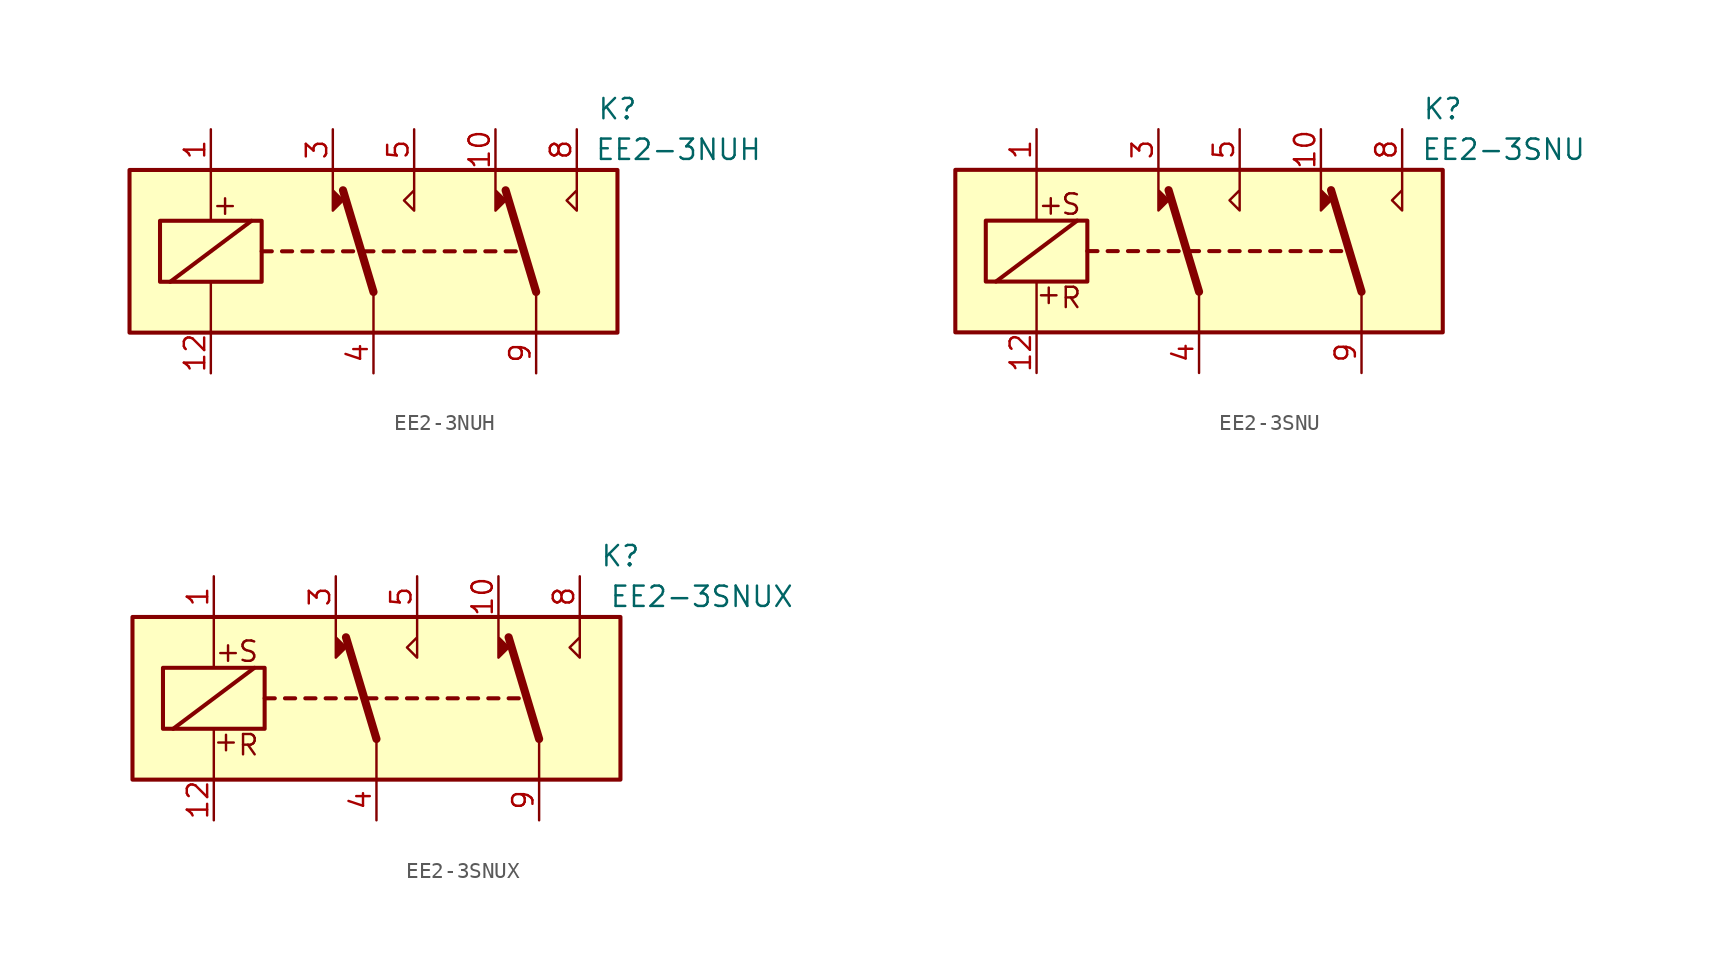
<source format=kicad_sym>
(kicad_symbol_lib
  (version 20211014)
  (generator kicad_symbol_editor)
  (symbol "EE2-3NUH"
    (property "Reference" "K"
      (at 15.24 8.89 0)
      (effects (font (size 1.27 1.27))))
    (property "Value" "EE2-3NUH"
      (at 19.05 6.35 0)
      (effects (font (size 1.27 1.27))))
    (symbol "EE2-3NUH_1_1"
      (rectangle (start -15.24 5.08) (end 15.24 -5.08) (stroke (width 0.254) (type default) (color 0 0 0 0)) (fill (type background)))
      (rectangle (start -13.335 1.905) (end -6.985 -1.905) (stroke (width 0.254) (type default) (color 0 0 0 0)) (fill (type none)))
      (polyline (pts (xy -12.7 -1.905) (xy -7.62 1.905)) (stroke (width 0.254) (type default) (color 0 0 0 0)) (fill (type none)))
      (polyline (pts (xy -10.16 -5.08) (xy -10.16 -1.905)) (stroke (width 0) (type default) (color 0 0 0 0)) (fill (type none)))
      (polyline (pts (xy -10.16 5.08) (xy -10.16 1.905)) (stroke (width 0) (type default) (color 0 0 0 0)) (fill (type none)))
      (polyline (pts (xy -6.985 0) (xy -6.35 0)) (stroke (width 0.254) (type default) (color 0 0 0 0)) (fill (type none)))
      (polyline (pts (xy -5.715 0) (xy -5.08 0)) (stroke (width 0.254) (type default) (color 0 0 0 0)) (fill (type none)))
      (polyline (pts (xy -4.445 0) (xy -3.81 0)) (stroke (width 0.254) (type default) (color 0 0 0 0)) (fill (type none)))
      (polyline (pts (xy -3.175 0) (xy -2.54 0)) (stroke (width 0.254) (type default) (color 0 0 0 0)) (fill (type none)))
      (polyline (pts (xy -1.905 0) (xy -1.27 0)) (stroke (width 0.254) (type default) (color 0 0 0 0)) (fill (type none)))
      (polyline (pts (xy -0.635 0) (xy 0 0)) (stroke (width 0.254) (type default) (color 0 0 0 0)) (fill (type none)))
      (polyline (pts (xy 0 -2.54) (xy -1.905 3.81)) (stroke (width 0.508) (type default) (color 0 0 0 0)) (fill (type none)))
      (polyline (pts (xy 0 -2.54) (xy 0 -5.08)) (stroke (width 0) (type default) (color 0 0 0 0)) (fill (type none)))
      (polyline (pts (xy 0.635 0) (xy 1.27 0)) (stroke (width 0.254) (type default) (color 0 0 0 0)) (fill (type none)))
      (polyline (pts (xy 1.905 0) (xy 2.54 0)) (stroke (width 0.254) (type default) (color 0 0 0 0)) (fill (type none)))
      (polyline (pts (xy 3.175 0) (xy 3.81 0)) (stroke (width 0.254) (type default) (color 0 0 0 0)) (fill (type none)))
      (polyline (pts (xy 4.445 0) (xy 5.08 0)) (stroke (width 0.254) (type default) (color 0 0 0 0)) (fill (type none)))
      (polyline (pts (xy 5.715 0) (xy 6.35 0)) (stroke (width 0.254) (type default) (color 0 0 0 0)) (fill (type none)))
      (polyline (pts (xy 6.985 0) (xy 7.62 0)) (stroke (width 0.254) (type default) (color 0 0 0 0)) (fill (type none)))
      (polyline (pts (xy 8.255 0) (xy 8.89 0)) (stroke (width 0.254) (type default) (color 0 0 0 0)) (fill (type none)))
      (polyline (pts (xy 10.16 -2.54) (xy 8.255 3.81)) (stroke (width 0.508) (type default) (color 0 0 0 0)) (fill (type none)))
      (polyline (pts (xy 10.16 -2.54) (xy 10.16 -5.08)) (stroke (width 0) (type default) (color 0 0 0 0)) (fill (type none)))
      (polyline (pts (xy -2.54 5.08) (xy -2.54 2.54) (xy -1.905 3.175) (xy -2.54 3.81)) (stroke (width 0) (type default) (color 0 0 0 0)) (fill (type outline)))
      (polyline (pts (xy 2.54 5.08) (xy 2.54 2.54) (xy 1.905 3.175) (xy 2.54 3.81)) (stroke (width 0) (type default) (color 0 0 0 0)) (fill (type none)))
      (polyline (pts (xy 7.62 5.08) (xy 7.62 2.54) (xy 8.255 3.175) (xy 7.62 3.81)) (stroke (width 0) (type default) (color 0 0 0 0)) (fill (type outline)))
      (polyline (pts (xy 12.7 5.08) (xy 12.7 2.54) (xy 12.065 3.175) (xy 12.7 3.81)) (stroke (width 0) (type default) (color 0 0 0 0)) (fill (type none)))
      (text "+" (at -9.271 2.921 0) (effects (font (size 1.27 1.27))))
      (pin passive line (at -10.16 7.62 270) (length 2.54) (name "~" (effects (font (size 1.27 1.27)))) (number "1" (effects (font (size 1.27 1.27)))))
      (pin passive line (at 7.62 7.62 270) (length 2.54) (name "~" (effects (font (size 1.27 1.27)))) (number "10" (effects (font (size 1.27 1.27)))))
      (pin passive line (at -10.16 -7.62 90) (length 2.54) (name "~" (effects (font (size 1.27 1.27)))) (number "12" (effects (font (size 1.27 1.27)))))
      (pin passive line (at -2.54 7.62 270) (length 2.54) (name "~" (effects (font (size 1.27 1.27)))) (number "3" (effects (font (size 1.27 1.27)))))
      (pin passive line (at 0 -7.62 90) (length 2.54) (name "~" (effects (font (size 1.27 1.27)))) (number "4" (effects (font (size 1.27 1.27)))))
      (pin passive line (at 2.54 7.62 270) (length 2.54) (name "~" (effects (font (size 1.27 1.27)))) (number "5" (effects (font (size 1.27 1.27)))))
      (pin passive line (at 12.7 7.62 270) (length 2.54) (name "~" (effects (font (size 1.27 1.27)))) (number "8" (effects (font (size 1.27 1.27)))))
      (pin passive line (at 10.16 -7.62 90) (length 2.54) (name "~" (effects (font (size 1.27 1.27)))) (number "9" (effects (font (size 1.27 1.27)))))))
  (symbol "EE2-3SNU"
    (property "Reference" "K"
      (at 15.24 8.89 0)
      (effects (font (size 1.27 1.27))))
    (property "Value" "EE2-3SNU"
      (at 19.05 6.35 0)
      (effects (font (size 1.27 1.27))))
    (symbol "EE2-3SNU_1_1"
      (rectangle (start -15.24 5.08) (end 15.24 -5.08) (stroke (width 0.254) (type default) (color 0 0 0 0)) (fill (type background)))
      (rectangle (start -13.335 1.905) (end -6.985 -1.905) (stroke (width 0.254) (type default) (color 0 0 0 0)) (fill (type none)))
      (polyline (pts (xy -12.7 -1.905) (xy -7.62 1.905)) (stroke (width 0.254) (type default) (color 0 0 0 0)) (fill (type none)))
      (polyline (pts (xy -10.16 -5.08) (xy -10.16 -1.905)) (stroke (width 0) (type default) (color 0 0 0 0)) (fill (type none)))
      (polyline (pts (xy -10.16 5.08) (xy -10.16 1.905)) (stroke (width 0) (type default) (color 0 0 0 0)) (fill (type none)))
      (polyline (pts (xy -6.985 0) (xy -6.35 0)) (stroke (width 0.254) (type default) (color 0 0 0 0)) (fill (type none)))
      (polyline (pts (xy -5.715 0) (xy -5.08 0)) (stroke (width 0.254) (type default) (color 0 0 0 0)) (fill (type none)))
      (polyline (pts (xy -4.445 0) (xy -3.81 0)) (stroke (width 0.254) (type default) (color 0 0 0 0)) (fill (type none)))
      (polyline (pts (xy -3.175 0) (xy -2.54 0)) (stroke (width 0.254) (type default) (color 0 0 0 0)) (fill (type none)))
      (polyline (pts (xy -1.905 0) (xy -1.27 0)) (stroke (width 0.254) (type default) (color 0 0 0 0)) (fill (type none)))
      (polyline (pts (xy -0.635 0) (xy 0 0)) (stroke (width 0.254) (type default) (color 0 0 0 0)) (fill (type none)))
      (polyline (pts (xy 0 -2.54) (xy -1.905 3.81)) (stroke (width 0.508) (type default) (color 0 0 0 0)) (fill (type none)))
      (polyline (pts (xy 0 -2.54) (xy 0 -5.08)) (stroke (width 0) (type default) (color 0 0 0 0)) (fill (type none)))
      (polyline (pts (xy 0.635 0) (xy 1.27 0)) (stroke (width 0.254) (type default) (color 0 0 0 0)) (fill (type none)))
      (polyline (pts (xy 1.905 0) (xy 2.54 0)) (stroke (width 0.254) (type default) (color 0 0 0 0)) (fill (type none)))
      (polyline (pts (xy 3.175 0) (xy 3.81 0)) (stroke (width 0.254) (type default) (color 0 0 0 0)) (fill (type none)))
      (polyline (pts (xy 4.445 0) (xy 5.08 0)) (stroke (width 0.254) (type default) (color 0 0 0 0)) (fill (type none)))
      (polyline (pts (xy 5.715 0) (xy 6.35 0)) (stroke (width 0.254) (type default) (color 0 0 0 0)) (fill (type none)))
      (polyline (pts (xy 6.985 0) (xy 7.62 0)) (stroke (width 0.254) (type default) (color 0 0 0 0)) (fill (type none)))
      (polyline (pts (xy 8.255 0) (xy 8.89 0)) (stroke (width 0.254) (type default) (color 0 0 0 0)) (fill (type none)))
      (polyline (pts (xy 10.16 -2.54) (xy 8.255 3.81)) (stroke (width 0.508) (type default) (color 0 0 0 0)) (fill (type none)))
      (polyline (pts (xy 10.16 -2.54) (xy 10.16 -5.08)) (stroke (width 0) (type default) (color 0 0 0 0)) (fill (type none)))
      (polyline (pts (xy -2.54 5.08) (xy -2.54 2.54) (xy -1.905 3.175) (xy -2.54 3.81)) (stroke (width 0) (type default) (color 0 0 0 0)) (fill (type outline)))
      (polyline (pts (xy 2.54 5.08) (xy 2.54 2.54) (xy 1.905 3.175) (xy 2.54 3.81)) (stroke (width 0) (type default) (color 0 0 0 0)) (fill (type none)))
      (polyline (pts (xy 7.62 5.08) (xy 7.62 2.54) (xy 8.255 3.175) (xy 7.62 3.81)) (stroke (width 0) (type default) (color 0 0 0 0)) (fill (type outline)))
      (polyline (pts (xy 12.7 5.08) (xy 12.7 2.54) (xy 12.065 3.175) (xy 12.7 3.81)) (stroke (width 0) (type default) (color 0 0 0 0)) (fill (type none)))
      (text "+" (at -9.398 -2.667 0) (effects (font (size 1.27 1.27))))
      (text "+" (at -9.271 2.921 0) (effects (font (size 1.27 1.27))))
      (text "R" (at -8.001 -2.921 0) (effects (font (size 1.27 1.27))))
      (text "S" (at -8.001 2.921 0) (effects (font (size 1.27 1.27))))
      (pin passive line (at -10.16 7.62 270) (length 2.54) (name "~" (effects (font (size 1.27 1.27)))) (number "1" (effects (font (size 1.27 1.27)))))
      (pin passive line (at 7.62 7.62 270) (length 2.54) (name "~" (effects (font (size 1.27 1.27)))) (number "10" (effects (font (size 1.27 1.27)))))
      (pin passive line (at -10.16 -7.62 90) (length 2.54) (name "~" (effects (font (size 1.27 1.27)))) (number "12" (effects (font (size 1.27 1.27)))))
      (pin passive line (at -2.54 7.62 270) (length 2.54) (name "~" (effects (font (size 1.27 1.27)))) (number "3" (effects (font (size 1.27 1.27)))))
      (pin passive line (at 0 -7.62 90) (length 2.54) (name "~" (effects (font (size 1.27 1.27)))) (number "4" (effects (font (size 1.27 1.27)))))
      (pin passive line (at 2.54 7.62 270) (length 2.54) (name "~" (effects (font (size 1.27 1.27)))) (number "5" (effects (font (size 1.27 1.27)))))
      (pin passive line (at 12.7 7.62 270) (length 2.54) (name "~" (effects (font (size 1.27 1.27)))) (number "8" (effects (font (size 1.27 1.27)))))
      (pin passive line (at 10.16 -7.62 90) (length 2.54) (name "~" (effects (font (size 1.27 1.27)))) (number "9" (effects (font (size 1.27 1.27)))))))
  (symbol "EE2-3SNUX"
    (property "Reference" "K"
      (at 15.24 8.89 0)
      (effects (font (size 1.27 1.27))))
    (property "Value" "EE2-3SNUX"
      (at 20.32 6.35 0)
      (effects (font (size 1.27 1.27))))
    (symbol "EE2-3SNUX_1_1"
      (rectangle (start -15.24 5.08) (end 15.24 -5.08) (stroke (width 0.254) (type default) (color 0 0 0 0)) (fill (type background)))
      (rectangle (start -13.335 1.905) (end -6.985 -1.905) (stroke (width 0.254) (type default) (color 0 0 0 0)) (fill (type none)))
      (polyline (pts (xy -12.7 -1.905) (xy -7.62 1.905)) (stroke (width 0.254) (type default) (color 0 0 0 0)) (fill (type none)))
      (polyline (pts (xy -10.16 -5.08) (xy -10.16 -1.905)) (stroke (width 0) (type default) (color 0 0 0 0)) (fill (type none)))
      (polyline (pts (xy -10.16 5.08) (xy -10.16 1.905)) (stroke (width 0) (type default) (color 0 0 0 0)) (fill (type none)))
      (polyline (pts (xy -6.985 0) (xy -6.35 0)) (stroke (width 0.254) (type default) (color 0 0 0 0)) (fill (type none)))
      (polyline (pts (xy -5.715 0) (xy -5.08 0)) (stroke (width 0.254) (type default) (color 0 0 0 0)) (fill (type none)))
      (polyline (pts (xy -4.445 0) (xy -3.81 0)) (stroke (width 0.254) (type default) (color 0 0 0 0)) (fill (type none)))
      (polyline (pts (xy -3.175 0) (xy -2.54 0)) (stroke (width 0.254) (type default) (color 0 0 0 0)) (fill (type none)))
      (polyline (pts (xy -1.905 0) (xy -1.27 0)) (stroke (width 0.254) (type default) (color 0 0 0 0)) (fill (type none)))
      (polyline (pts (xy -0.635 0) (xy 0 0)) (stroke (width 0.254) (type default) (color 0 0 0 0)) (fill (type none)))
      (polyline (pts (xy 0 -2.54) (xy -1.905 3.81)) (stroke (width 0.508) (type default) (color 0 0 0 0)) (fill (type none)))
      (polyline (pts (xy 0 -2.54) (xy 0 -5.08)) (stroke (width 0) (type default) (color 0 0 0 0)) (fill (type none)))
      (polyline (pts (xy 0.635 0) (xy 1.27 0)) (stroke (width 0.254) (type default) (color 0 0 0 0)) (fill (type none)))
      (polyline (pts (xy 1.905 0) (xy 2.54 0)) (stroke (width 0.254) (type default) (color 0 0 0 0)) (fill (type none)))
      (polyline (pts (xy 3.175 0) (xy 3.81 0)) (stroke (width 0.254) (type default) (color 0 0 0 0)) (fill (type none)))
      (polyline (pts (xy 4.445 0) (xy 5.08 0)) (stroke (width 0.254) (type default) (color 0 0 0 0)) (fill (type none)))
      (polyline (pts (xy 5.715 0) (xy 6.35 0)) (stroke (width 0.254) (type default) (color 0 0 0 0)) (fill (type none)))
      (polyline (pts (xy 6.985 0) (xy 7.62 0)) (stroke (width 0.254) (type default) (color 0 0 0 0)) (fill (type none)))
      (polyline (pts (xy 8.255 0) (xy 8.89 0)) (stroke (width 0.254) (type default) (color 0 0 0 0)) (fill (type none)))
      (polyline (pts (xy 10.16 -2.54) (xy 8.255 3.81)) (stroke (width 0.508) (type default) (color 0 0 0 0)) (fill (type none)))
      (polyline (pts (xy 10.16 -2.54) (xy 10.16 -5.08)) (stroke (width 0) (type default) (color 0 0 0 0)) (fill (type none)))
      (polyline (pts (xy -2.54 5.08) (xy -2.54 2.54) (xy -1.905 3.175) (xy -2.54 3.81)) (stroke (width 0) (type default) (color 0 0 0 0)) (fill (type outline)))
      (polyline (pts (xy 2.54 5.08) (xy 2.54 2.54) (xy 1.905 3.175) (xy 2.54 3.81)) (stroke (width 0) (type default) (color 0 0 0 0)) (fill (type none)))
      (polyline (pts (xy 7.62 5.08) (xy 7.62 2.54) (xy 8.255 3.175) (xy 7.62 3.81)) (stroke (width 0) (type default) (color 0 0 0 0)) (fill (type outline)))
      (polyline (pts (xy 12.7 5.08) (xy 12.7 2.54) (xy 12.065 3.175) (xy 12.7 3.81)) (stroke (width 0) (type default) (color 0 0 0 0)) (fill (type none)))
      (text "+" (at -9.398 -2.667 0) (effects (font (size 1.27 1.27))))
      (text "+" (at -9.271 2.921 0) (effects (font (size 1.27 1.27))))
      (text "R" (at -8.001 -2.921 0) (effects (font (size 1.27 1.27))))
      (text "S" (at -8.001 2.921 0) (effects (font (size 1.27 1.27))))
      (pin passive line (at -10.16 7.62 270) (length 2.54) (name "~" (effects (font (size 1.27 1.27)))) (number "1" (effects (font (size 1.27 1.27)))))
      (pin passive line (at 7.62 7.62 270) (length 2.54) (name "~" (effects (font (size 1.27 1.27)))) (number "10" (effects (font (size 1.27 1.27)))))
      (pin passive line (at -10.16 -7.62 90) (length 2.54) (name "~" (effects (font (size 1.27 1.27)))) (number "12" (effects (font (size 1.27 1.27)))))
      (pin passive line (at -2.54 7.62 270) (length 2.54) (name "~" (effects (font (size 1.27 1.27)))) (number "3" (effects (font (size 1.27 1.27)))))
      (pin passive line (at 0 -7.62 90) (length 2.54) (name "~" (effects (font (size 1.27 1.27)))) (number "4" (effects (font (size 1.27 1.27)))))
      (pin passive line (at 2.54 7.62 270) (length 2.54) (name "~" (effects (font (size 1.27 1.27)))) (number "5" (effects (font (size 1.27 1.27)))))
      (pin passive line (at 12.7 7.62 270) (length 2.54) (name "~" (effects (font (size 1.27 1.27)))) (number "8" (effects (font (size 1.27 1.27)))))
      (pin passive line (at 10.16 -7.62 90) (length 2.54) (name "~" (effects (font (size 1.27 1.27)))) (number "9" (effects (font (size 1.27 1.27))))))))
</source>
